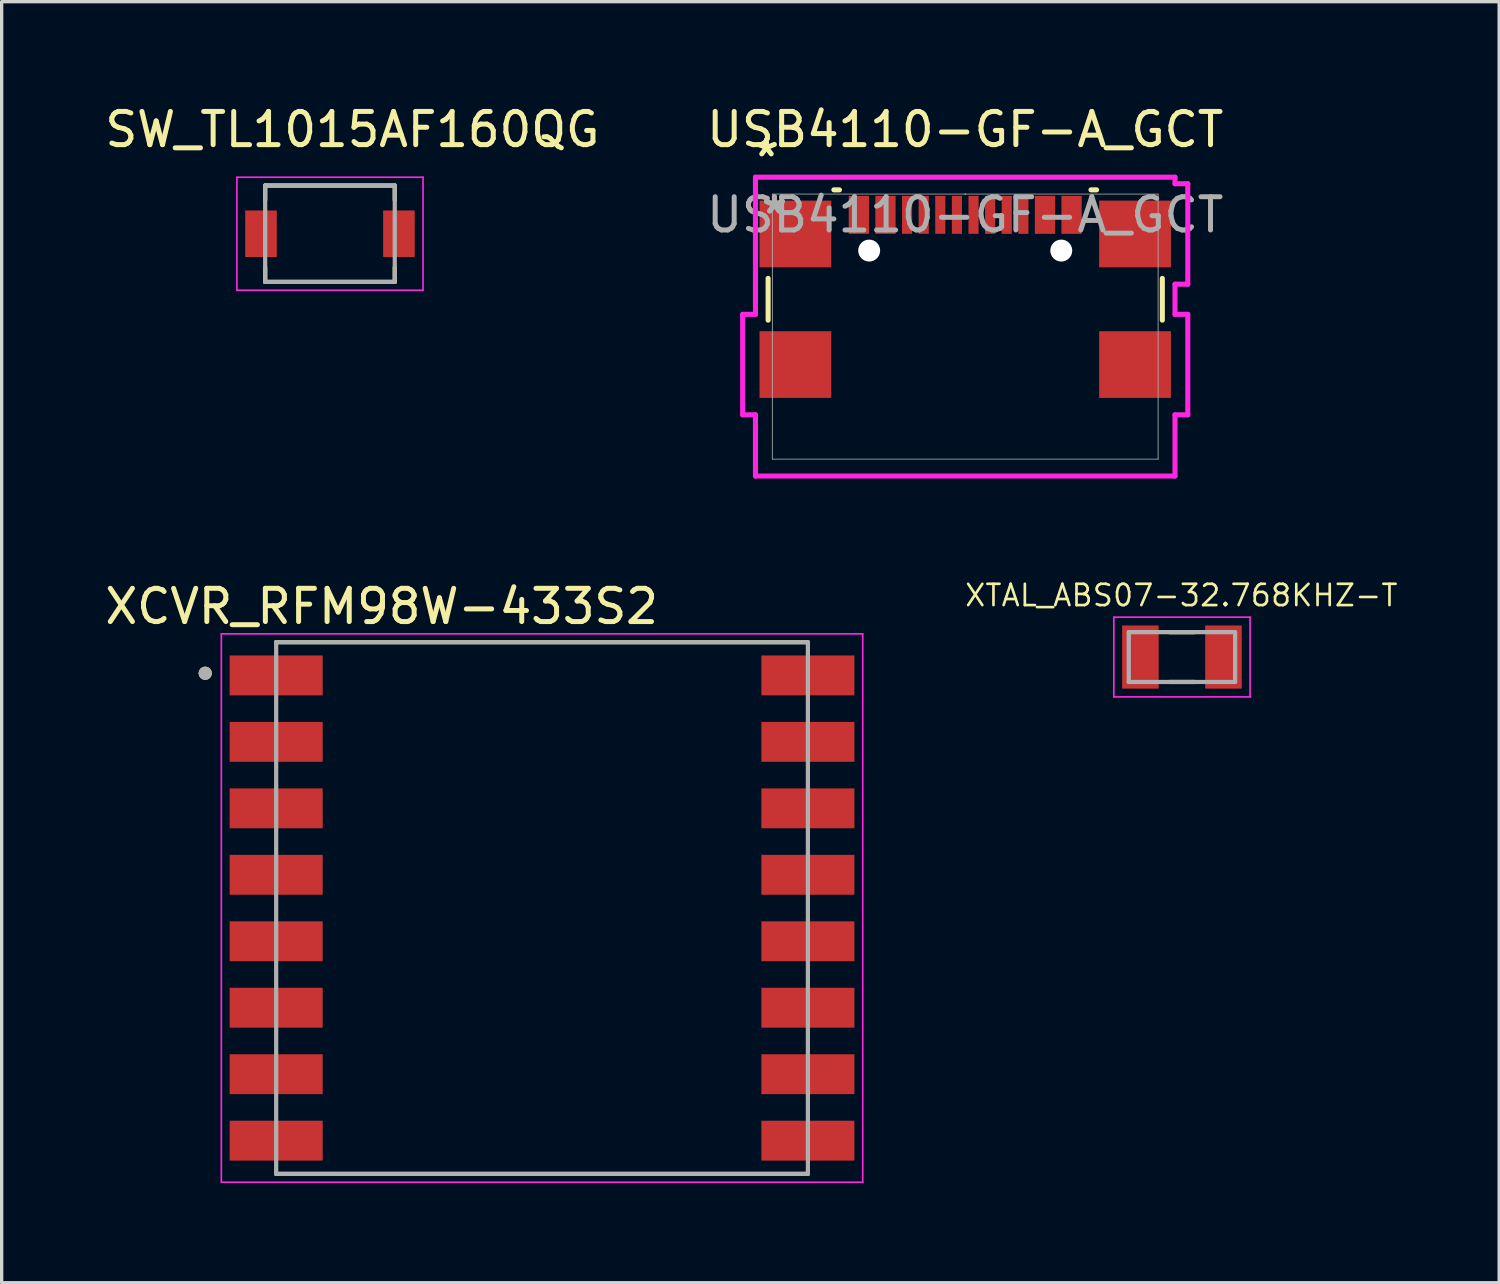
<source format=kicad_pcb>
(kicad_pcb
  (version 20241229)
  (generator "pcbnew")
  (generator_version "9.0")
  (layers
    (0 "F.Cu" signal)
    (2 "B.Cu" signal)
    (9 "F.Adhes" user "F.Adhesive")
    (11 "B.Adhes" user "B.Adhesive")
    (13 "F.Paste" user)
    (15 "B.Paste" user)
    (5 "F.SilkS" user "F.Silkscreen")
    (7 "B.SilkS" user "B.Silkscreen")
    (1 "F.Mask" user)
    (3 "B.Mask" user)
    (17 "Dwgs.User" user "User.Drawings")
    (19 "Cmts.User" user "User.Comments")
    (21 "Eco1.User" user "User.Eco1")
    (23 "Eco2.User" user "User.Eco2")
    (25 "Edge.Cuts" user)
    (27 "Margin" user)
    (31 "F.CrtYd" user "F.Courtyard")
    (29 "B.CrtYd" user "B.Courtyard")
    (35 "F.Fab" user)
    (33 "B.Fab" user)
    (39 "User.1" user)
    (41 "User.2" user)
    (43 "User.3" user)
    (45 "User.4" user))
  (footprint "XCVR_RFM98W-433S2"
    (layer "F.Cu")
    (at 13.26 24.273)
    (property "Reference" "XCVR_RFM98W-433S2" (at -4.825 -9.075 0) (layer "F.SilkS") (effects (font (size 1 1) (thickness 0.15))))
    (attr smd)
    (fp_line (start -8 -8) (end 8 -8) (stroke (width 0.127) (type solid)) (layer "F.SilkS"))
    (fp_line (start 8 8) (end -8 8) (stroke (width 0.127) (type solid)) (layer "F.SilkS"))
    (fp_circle (center -10.135 -7.065) (end -10.035 -7.065) (stroke (width 0.2) (type solid)) (fill no) (layer "F.SilkS"))
    (fp_line (start -9.65 -8.25) (end 9.65 -8.25) (stroke (width 0.05) (type solid)) (layer "F.CrtYd"))
    (fp_line (start -9.65 8.25) (end -9.65 -8.25) (stroke (width 0.05) (type solid)) (layer "F.CrtYd"))
    (fp_line (start 9.65 -8.25) (end 9.65 8.25) (stroke (width 0.05) (type solid)) (layer "F.CrtYd"))
    (fp_line (start 9.65 8.25) (end -9.65 8.25) (stroke (width 0.05) (type solid)) (layer "F.CrtYd"))
    (fp_line (start -8 -8) (end 8 -8) (stroke (width 0.127) (type solid)) (layer "F.Fab"))
    (fp_line (start -8 8) (end -8 -8) (stroke (width 0.127) (type solid)) (layer "F.Fab"))
    (fp_line (start 8 -8) (end 8 8) (stroke (width 0.127) (type solid)) (layer "F.Fab"))
    (fp_line (start 8 8) (end -8 8) (stroke (width 0.127) (type solid)) (layer "F.Fab"))
    (fp_circle (center -10.135 -7.065) (end -10.035 -7.065) (stroke (width 0.2) (type solid)) (fill no) (layer "F.Fab"))
    (pad "1" smd rect (at -8 -7) (size 2.8 1.2) (layers "F.Cu" "F.Mask" "F.Paste"))
    (pad "2" smd rect (at -8 -5) (size 2.8 1.2) (layers "F.Cu" "F.Mask" "F.Paste"))
    (pad "3" smd rect (at -8 -3) (size 2.8 1.2) (layers "F.Cu" "F.Mask" "F.Paste"))
    (pad "4" smd rect (at -8 -1) (size 2.8 1.2) (layers "F.Cu" "F.Mask" "F.Paste"))
    (pad "5" smd rect (at -8 1) (size 2.8 1.2) (layers "F.Cu" "F.Mask" "F.Paste"))
    (pad "6" smd rect (at -8 3) (size 2.8 1.2) (layers "F.Cu" "F.Mask" "F.Paste"))
    (pad "7" smd rect (at -8 5) (size 2.8 1.2) (layers "F.Cu" "F.Mask" "F.Paste"))
    (pad "8" smd rect (at -8 7) (size 2.8 1.2) (layers "F.Cu" "F.Mask" "F.Paste"))
    (pad "9" smd rect (at 8 7) (size 2.8 1.2) (layers "F.Cu" "F.Mask" "F.Paste"))
    (pad "10" smd rect (at 8 5) (size 2.8 1.2) (layers "F.Cu" "F.Mask" "F.Paste"))
    (pad "11" smd rect (at 8 3) (size 2.8 1.2) (layers "F.Cu" "F.Mask" "F.Paste"))
    (pad "12" smd rect (at 8 1) (size 2.8 1.2) (layers "F.Cu" "F.Mask" "F.Paste"))
    (pad "13" smd rect (at 8 -1) (size 2.8 1.2) (layers "F.Cu" "F.Mask" "F.Paste"))
    (pad "14" smd rect (at 8 -3) (size 2.8 1.2) (layers "F.Cu" "F.Mask" "F.Paste"))
    (pad "15" smd rect (at 8 -5) (size 2.8 1.2) (layers "F.Cu" "F.Mask" "F.Paste"))
    (pad "16" smd rect (at 8 -7) (size 2.8 1.2) (layers "F.Cu" "F.Mask" "F.Paste")))
  (footprint "XTAL_ABS07-32.768KHZ-T"
    (layer "F.Cu")
    (at 32.515 16.721)
    (property "Reference" "XTAL_ABS07-32.768KHZ-T" (at -0.018 -1.856 0) (layer "F.SilkS") (effects (font (size 0.64 0.64) (thickness 0.08))))
    (attr smd)
    (fp_line (start -0.38 -0.75) (end 0.38 -0.75) (stroke (width 0.127) (type solid)) (layer "F.SilkS"))
    (fp_line (start -0.38 0.75) (end 0.38 0.75) (stroke (width 0.127) (type solid)) (layer "F.SilkS"))
    (fp_line (start -2.05 -1.2) (end -2.05 1.2) (stroke (width 0.05) (type solid)) (layer "F.CrtYd"))
    (fp_line (start -2.05 1.2) (end 2.05 1.2) (stroke (width 0.05) (type solid)) (layer "F.CrtYd"))
    (fp_line (start 2.05 -1.2) (end -2.05 -1.2) (stroke (width 0.05) (type solid)) (layer "F.CrtYd"))
    (fp_line (start 2.05 1.2) (end 2.05 -1.2) (stroke (width 0.05) (type solid)) (layer "F.CrtYd"))
    (fp_line (start -1.6 -0.75) (end -1.6 0.75) (stroke (width 0.127) (type solid)) (layer "F.Fab"))
    (fp_line (start -1.6 -0.75) (end 1.6 -0.75) (stroke (width 0.127) (type solid)) (layer "F.Fab"))
    (fp_line (start -1.6 0.75) (end 1.6 0.75) (stroke (width 0.127) (type solid)) (layer "F.Fab"))
    (fp_line (start 1.6 -0.75) (end 1.6 0.75) (stroke (width 0.127) (type solid)) (layer "F.Fab"))
    (pad "1" smd rect (at -1.25 0) (size 1.1 1.9) (layers "F.Cu" "F.Mask" "F.Paste"))
    (pad "2" smd rect (at 1.25 0) (size 1.1 1.9) (layers "F.Cu" "F.Mask" "F.Paste")))
  (footprint "USB4110-GF-A_GCT"
    (layer "F.Cu")
    (at 25.994 6.778)
    (property "Reference" "USB4110-GF-A_GCT" (at 0 -5.93 0) (unlocked yes) (layer "F.SilkS") (effects (font (size 1 1) (thickness 0.15))))
    (attr smd)
    (fp_line (start -5.931 -1.452) (end -5.931 -0.194) (stroke (width 0.152) (type solid)) (layer "F.SilkS"))
    (fp_line (start -3.784 -4.115) (end -3.953 -4.115) (stroke (width 0.152) (type solid)) (layer "F.SilkS"))
    (fp_line (start 3.953 -4.115) (end 3.784 -4.115) (stroke (width 0.152) (type solid)) (layer "F.SilkS"))
    (fp_line (start 5.931 -0.194) (end 5.931 -1.452) (stroke (width 0.152) (type solid)) (layer "F.SilkS"))
    (fp_line (start -6.697 -0.369) (end -6.697 2.654) (stroke (width 0.152) (type solid)) (layer "F.CrtYd"))
    (fp_line (start -6.697 2.654) (end -6.312 2.654) (stroke (width 0.152) (type solid)) (layer "F.CrtYd"))
    (fp_line (start -6.312 -4.496) (end -6.312 -0.369) (stroke (width 0.152) (type solid)) (layer "F.CrtYd"))
    (fp_line (start -6.312 -0.369) (end -6.697 -0.369) (stroke (width 0.152) (type solid)) (layer "F.CrtYd"))
    (fp_line (start -6.312 2.654) (end -6.312 4.496) (stroke (width 0.152) (type solid)) (layer "F.CrtYd"))
    (fp_line (start -6.312 4.496) (end 6.312 4.496) (stroke (width 0.152) (type solid)) (layer "F.CrtYd"))
    (fp_line (start 6.312 -4.496) (end -6.312 -4.496) (stroke (width 0.152) (type solid)) (layer "F.CrtYd"))
    (fp_line (start 6.312 -4.299) (end 6.312 -4.496) (stroke (width 0.152) (type solid)) (layer "F.CrtYd"))
    (fp_line (start 6.312 -1.276) (end 6.697 -1.276) (stroke (width 0.152) (type solid)) (layer "F.CrtYd"))
    (fp_line (start 6.312 -0.369) (end 6.312 -1.276) (stroke (width 0.152) (type solid)) (layer "F.CrtYd"))
    (fp_line (start 6.312 2.654) (end 6.697 2.654) (stroke (width 0.152) (type solid)) (layer "F.CrtYd"))
    (fp_line (start 6.312 4.496) (end 6.312 2.654) (stroke (width 0.152) (type solid)) (layer "F.CrtYd"))
    (fp_line (start 6.697 -4.299) (end 6.312 -4.299) (stroke (width 0.152) (type solid)) (layer "F.CrtYd"))
    (fp_line (start 6.697 -1.276) (end 6.697 -4.299) (stroke (width 0.152) (type solid)) (layer "F.CrtYd"))
    (fp_line (start 6.697 -0.369) (end 6.312 -0.369) (stroke (width 0.152) (type solid)) (layer "F.CrtYd"))
    (fp_line (start 6.697 2.654) (end 6.697 -0.369) (stroke (width 0.152) (type solid)) (layer "F.CrtYd"))
    (fp_line (start -5.804 -3.988) (end -5.804 3.988) (stroke (width 0.025) (type solid)) (layer "F.Fab"))
    (fp_line (start -5.804 3.988) (end 5.804 3.988) (stroke (width 0.025) (type solid)) (layer "F.Fab"))
    (fp_line (start 0 -3.988) (end 0 -3.988) (stroke (width 0.025) (type solid)) (layer "F.Fab"))
    (fp_line (start 0 -3.988) (end 0 -3.988) (stroke (width 0.025) (type solid)) (layer "F.Fab"))
    (fp_line (start 0 -3.988) (end 0 -3.988) (stroke (width 0.025) (type solid)) (layer "F.Fab"))
    (fp_line (start 0 -3.988) (end 0 -3.988) (stroke (width 0.025) (type solid)) (layer "F.Fab"))
    (fp_line (start 5.804 -3.988) (end -5.804 -3.988) (stroke (width 0.025) (type solid)) (layer "F.Fab"))
    (fp_line (start 5.804 3.988) (end 5.804 -3.988) (stroke (width 0.025) (type solid)) (layer "F.Fab"))
    (fp_text user "*" (at -5.98 -5.08 0) (layer "F.SilkS") (effects (font (size 1 1) (thickness 0.15))))
    (fp_text user "*" (at -5.74 -3.363 0) (layer "F.Fab") (effects (font (size 1 1) (thickness 0.15))))
    (fp_text user "*" (at -5.74 -3.363 0) (unlocked yes) (layer "F.Fab") (effects (font (size 1 1) (thickness 0.15))))
    (fp_text user "${REFERENCE}" (at 0 -3.363 0) (unlocked yes) (layer "F.Fab") (effects (font (size 1 1) (thickness 0.15))))
    (pad "" np_thru_hole circle (at -2.89 -2.288) (size 0.66 0.66) (drill 0.66) (layers "*.Cu" "*.Mask"))
    (pad "" np_thru_hole circle (at 2.89 -2.288) (size 0.66 0.66) (drill 0.66) (layers "*.Cu" "*.Mask"))
    (pad "15" smd rect (at -5.11 -2.788) (size 2.159 2.007) (layers "F.Cu" "F.Mask" "F.Paste"))
    (pad "16" smd rect (at 5.11 -2.788) (size 2.159 2.007) (layers "F.Cu" "F.Mask" "F.Paste"))
    (pad "17" smd rect (at -5.11 1.142) (size 2.159 2.007) (layers "F.Cu" "F.Mask" "F.Paste"))
    (pad "18" smd rect (at 5.11 1.142) (size 2.159 2.007) (layers "F.Cu" "F.Mask" "F.Paste"))
    (pad "A1-B12" smd rect (at -3.2 -3.363) (size 0.61 1.143) (layers "F.Cu" "F.Mask" "F.Paste"))
    (pad "A4-B9" smd rect (at -2.4 -3.363) (size 0.61 1.143) (layers "F.Cu" "F.Mask" "F.Paste"))
    (pad "A5" smd rect (at -1.25 -3.363) (size 0.305 1.143) (layers "F.Cu" "F.Mask" "F.Paste"))
    (pad "A6" smd rect (at -0.25 -3.363) (size 0.305 1.143) (layers "F.Cu" "F.Mask" "F.Paste"))
    (pad "A7" smd rect (at 0.25 -3.363) (size 0.305 1.143) (layers "F.Cu" "F.Mask" "F.Paste"))
    (pad "A8" smd rect (at 1.25 -3.363) (size 0.305 1.143) (layers "F.Cu" "F.Mask" "F.Paste"))
    (pad "A9-B4" smd rect (at 2.4 -3.363) (size 0.61 1.143) (layers "F.Cu" "F.Mask" "F.Paste"))
    (pad "A12-B1" smd rect (at 3.2 -3.363) (size 0.61 1.143) (layers "F.Cu" "F.Mask" "F.Paste"))
    (pad "B5" smd rect (at 1.75 -3.363) (size 0.305 1.143) (layers "F.Cu" "F.Mask" "F.Paste"))
    (pad "B6" smd rect (at 0.75 -3.363) (size 0.305 1.143) (layers "F.Cu" "F.Mask" "F.Paste"))
    (pad "B7" smd rect (at -0.75 -3.363) (size 0.305 1.143) (layers "F.Cu" "F.Mask" "F.Paste"))
    (pad "B8" smd rect (at -1.75 -3.363) (size 0.305 1.143) (layers "F.Cu" "F.Mask" "F.Paste")))
  (footprint "SW_TL1015AF160QG"
    (layer "F.Cu")
    (at 6.879 3.983)
    (property "Reference" "SW_TL1015AF160QG" (at 0.675 -3.135 0) (layer "F.SilkS") (effects (font (size 1 1) (thickness 0.15))))
    (attr smd)
    (fp_line (start -1.95 -1.45) (end 1.95 -1.45) (stroke (width 0.127) (type solid)) (layer "F.SilkS"))
    (fp_line (start -1.95 -1.014) (end -1.95 -1.45) (stroke (width 0.127) (type solid)) (layer "F.SilkS"))
    (fp_line (start -1.95 1.45) (end -1.95 1.014) (stroke (width 0.127) (type solid)) (layer "F.SilkS"))
    (fp_line (start 1.95 -1.45) (end 1.95 -1.014) (stroke (width 0.127) (type solid)) (layer "F.SilkS"))
    (fp_line (start 1.95 1.014) (end 1.95 1.45) (stroke (width 0.127) (type solid)) (layer "F.SilkS"))
    (fp_line (start 1.95 1.45) (end -1.95 1.45) (stroke (width 0.127) (type solid)) (layer "F.SilkS"))
    (fp_line (start -2.8 -1.7) (end 2.8 -1.7) (stroke (width 0.05) (type solid)) (layer "F.CrtYd"))
    (fp_line (start -2.8 1.7) (end -2.8 -1.7) (stroke (width 0.05) (type solid)) (layer "F.CrtYd"))
    (fp_line (start 2.8 -1.7) (end 2.8 1.7) (stroke (width 0.05) (type solid)) (layer "F.CrtYd"))
    (fp_line (start 2.8 1.7) (end -2.8 1.7) (stroke (width 0.05) (type solid)) (layer "F.CrtYd"))
    (fp_line (start -1.95 -1.45) (end 1.95 -1.45) (stroke (width 0.127) (type solid)) (layer "F.Fab"))
    (fp_line (start -1.95 1.45) (end -1.95 -1.45) (stroke (width 0.127) (type solid)) (layer "F.Fab"))
    (fp_line (start 1.95 -1.45) (end 1.95 1.45) (stroke (width 0.127) (type solid)) (layer "F.Fab"))
    (fp_line (start 1.95 1.45) (end -1.95 1.45) (stroke (width 0.127) (type solid)) (layer "F.Fab"))
    (pad "1" smd rect (at -2.075 0) (size 0.95 1.4) (layers "F.Cu" "F.Mask" "F.Paste"))
    (pad "2" smd rect (at 2.075 0) (size 0.95 1.4) (layers "F.Cu" "F.Mask" "F.Paste")))
  (gr_rect
    (start -3 -3)
    (end 42.06 35.548)
    (stroke (width 0.1) (type default))
    (fill no)
    (layer "Edge.Cuts")))
</source>
